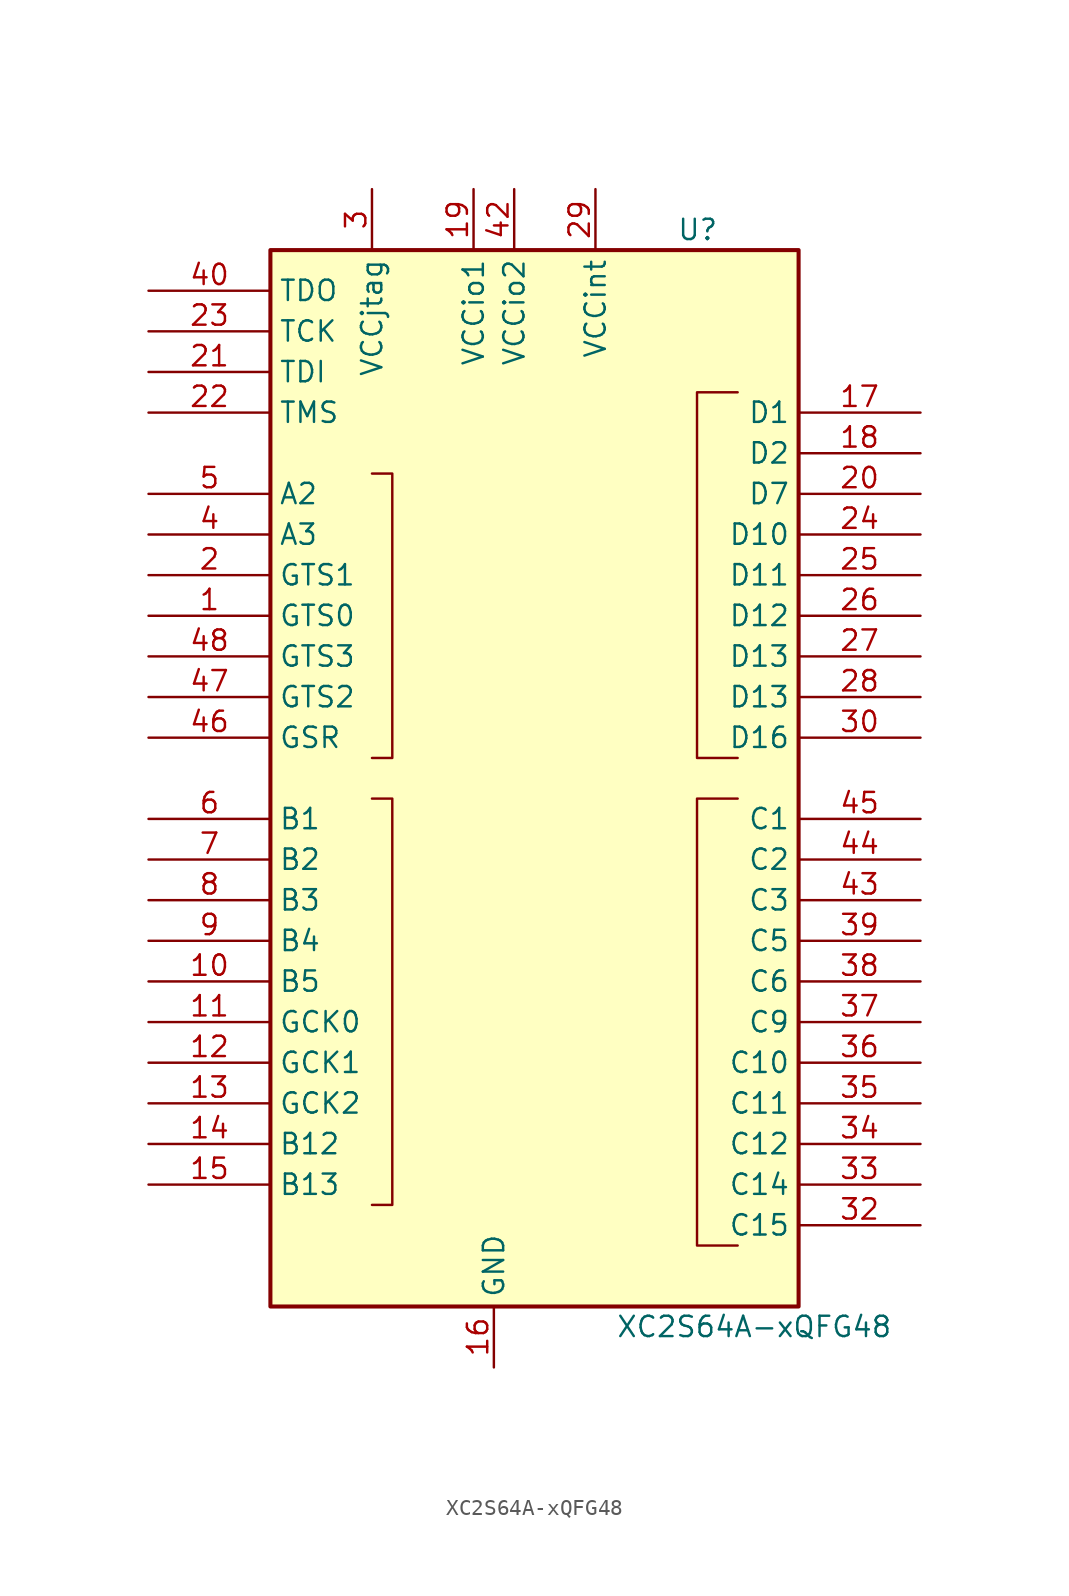
<source format=kicad_sym>
(kicad_symbol_lib
  (version 20231120)
  (generator "kicad_symbol_editor")
  (generator_version "8.0")
  (symbol "XC2S64A-xQFG48"
    (property "Reference" "U"
      (at 8.89 34.29 0)
      (effects (font (size 1.27 1.27)) (justify left)))
    (property "Value" "XC2S64A-xQFG48"
      (at 5.08 -34.29 0)
      (effects (font (size 1.27 1.27)) (justify left)))
    (symbol "XC2S64A-xQFG48_0_1"
      (rectangle (start -16.51 33.02) (end 16.51 -33.02) (stroke (width 0.254) (type default)) (fill (type background)))
      (polyline (pts (xy -10.16 -1.27) (xy -8.89 -1.27) (xy -8.89 -26.67) (xy -10.16 -26.67) (xy -10.16 -26.67)) (stroke (width 0) (type default)) (fill (type none)))
      (polyline (pts (xy 12.7 -1.27) (xy 10.16 -1.27) (xy 10.16 -29.21) (xy 12.7 -29.21) (xy 12.7 -29.21)) (stroke (width 0) (type default)) (fill (type none)))
      (polyline (pts (xy 12.7 1.27) (xy 10.16 1.27) (xy 10.16 24.13) (xy 12.7 24.13) (xy 12.7 24.13)) (stroke (width 0) (type default)) (fill (type none)))
      (polyline (pts (xy -10.16 19.05) (xy -8.89 19.05) (xy -8.89 1.27) (xy -10.16 1.27) (xy -10.16 1.27) (xy -10.16 1.27)) (stroke (width 0) (type default)) (fill (type none))))
    (symbol "XC2S64A-xQFG48_1_1"
      (pin bidirectional line (at -24.13 10.16 0) (length 7.62) (name "GTS0" (effects (font (size 1.27 1.27)))) (number "1" (effects (font (size 1.27 1.27)))))
      (pin bidirectional line (at -24.13 -12.7 0) (length 7.62) (name "B5" (effects (font (size 1.27 1.27)))) (number "10" (effects (font (size 1.27 1.27)))))
      (pin passive line (at -24.13 -15.24 0) (length 7.62) (name "GCK0" (effects (font (size 1.27 1.27)))) (number "11" (effects (font (size 1.27 1.27)))))
      (pin bidirectional line (at -24.13 -17.78 0) (length 7.62) (name "GCK1" (effects (font (size 1.27 1.27)))) (number "12" (effects (font (size 1.27 1.27)))))
      (pin bidirectional line (at -24.13 -20.32 0) (length 7.62) (name "GCK2" (effects (font (size 1.27 1.27)))) (number "13" (effects (font (size 1.27 1.27)))))
      (pin bidirectional line (at -24.13 -22.86 0) (length 7.62) (name "B12" (effects (font (size 1.27 1.27)))) (number "14" (effects (font (size 1.27 1.27)))))
      (pin bidirectional line (at -24.13 -25.4 0) (length 7.62) (name "B13" (effects (font (size 1.27 1.27)))) (number "15" (effects (font (size 1.27 1.27)))))
      (pin power_in line (at -2.54 -36.83 90) (length 3.81) (name "GND" (effects (font (size 1.27 1.27)))) (number "16" (effects (font (size 1.27 1.27)))))
      (pin bidirectional line (at 24.13 22.86 180) (length 7.62) (name "D1" (effects (font (size 1.27 1.27)))) (number "17" (effects (font (size 1.27 1.27)))))
      (pin bidirectional line (at 24.13 20.32 180) (length 7.62) (name "D2" (effects (font (size 1.27 1.27)))) (number "18" (effects (font (size 1.27 1.27)))))
      (pin power_in line (at -3.81 36.83 270) (length 3.81) (name "VCCio1" (effects (font (size 1.27 1.27)))) (number "19" (effects (font (size 1.27 1.27)))))
      (pin bidirectional line (at -24.13 12.7 0) (length 7.62) (name "GTS1" (effects (font (size 1.27 1.27)))) (number "2" (effects (font (size 1.27 1.27)))))
      (pin bidirectional line (at 24.13 17.78 180) (length 7.62) (name "D7" (effects (font (size 1.27 1.27)))) (number "20" (effects (font (size 1.27 1.27)))))
      (pin input line (at -24.13 25.4 0) (length 7.62) (name "TDI" (effects (font (size 1.27 1.27)))) (number "21" (effects (font (size 1.27 1.27)))))
      (pin input line (at -24.13 22.86 0) (length 7.62) (name "TMS" (effects (font (size 1.27 1.27)))) (number "22" (effects (font (size 1.27 1.27)))))
      (pin input line (at -24.13 27.94 0) (length 7.62) (name "TCK" (effects (font (size 1.27 1.27)))) (number "23" (effects (font (size 1.27 1.27)))))
      (pin bidirectional line (at 24.13 15.24 180) (length 7.62) (name "D10" (effects (font (size 1.27 1.27)))) (number "24" (effects (font (size 1.27 1.27)))))
      (pin bidirectional line (at 24.13 12.7 180) (length 7.62) (name "D11" (effects (font (size 1.27 1.27)))) (number "25" (effects (font (size 1.27 1.27)))))
      (pin bidirectional line (at 24.13 10.16 180) (length 7.62) (name "D12" (effects (font (size 1.27 1.27)))) (number "26" (effects (font (size 1.27 1.27)))))
      (pin bidirectional line (at 24.13 7.62 180) (length 7.62) (name "D13" (effects (font (size 1.27 1.27)))) (number "27" (effects (font (size 1.27 1.27)))))
      (pin bidirectional line (at 24.13 5.08 180) (length 7.62) (name "D13" (effects (font (size 1.27 1.27)))) (number "28" (effects (font (size 1.27 1.27)))))
      (pin power_in line (at 3.81 36.83 270) (length 3.81) (name "VCCint" (effects (font (size 1.27 1.27)))) (number "29" (effects (font (size 1.27 1.27)))))
      (pin power_in line (at -10.16 36.83 270) (length 3.81) (name "VCCjtag" (effects (font (size 1.27 1.27)))) (number "3" (effects (font (size 1.27 1.27)))))
      (pin bidirectional line (at 24.13 2.54 180) (length 7.62) (name "D16" (effects (font (size 1.27 1.27)))) (number "30" (effects (font (size 1.27 1.27)))))
      (pin passive line (at -2.54 -36.83 90) (length 3.81) hide (name "GND" (effects (font (size 1.27 1.27)))) (number "31" (effects (font (size 1.27 1.27)))))
      (pin bidirectional line (at 24.13 -27.94 180) (length 7.62) (name "C15" (effects (font (size 1.27 1.27)))) (number "32" (effects (font (size 1.27 1.27)))))
      (pin bidirectional line (at 24.13 -25.4 180) (length 7.62) (name "C14" (effects (font (size 1.27 1.27)))) (number "33" (effects (font (size 1.27 1.27)))))
      (pin bidirectional line (at 24.13 -22.86 180) (length 7.62) (name "C12" (effects (font (size 1.27 1.27)))) (number "34" (effects (font (size 1.27 1.27)))))
      (pin bidirectional line (at 24.13 -20.32 180) (length 7.62) (name "C11" (effects (font (size 1.27 1.27)))) (number "35" (effects (font (size 1.27 1.27)))))
      (pin bidirectional line (at 24.13 -17.78 180) (length 7.62) (name "C10" (effects (font (size 1.27 1.27)))) (number "36" (effects (font (size 1.27 1.27)))))
      (pin bidirectional line (at 24.13 -15.24 180) (length 7.62) (name "C9" (effects (font (size 1.27 1.27)))) (number "37" (effects (font (size 1.27 1.27)))))
      (pin bidirectional line (at 24.13 -12.7 180) (length 7.62) (name "C6" (effects (font (size 1.27 1.27)))) (number "38" (effects (font (size 1.27 1.27)))))
      (pin bidirectional line (at 24.13 -10.16 180) (length 7.62) (name "C5" (effects (font (size 1.27 1.27)))) (number "39" (effects (font (size 1.27 1.27)))))
      (pin bidirectional line (at -24.13 15.24 0) (length 7.62) (name "A3" (effects (font (size 1.27 1.27)))) (number "4" (effects (font (size 1.27 1.27)))))
      (pin output line (at -24.13 30.48 0) (length 7.62) (name "TDO" (effects (font (size 1.27 1.27)))) (number "40" (effects (font (size 1.27 1.27)))))
      (pin passive line (at -2.54 -36.83 90) (length 3.81) hide (name "GND" (effects (font (size 1.27 1.27)))) (number "41" (effects (font (size 1.27 1.27)))))
      (pin power_in line (at -1.27 36.83 270) (length 3.81) (name "VCCio2" (effects (font (size 1.27 1.27)))) (number "42" (effects (font (size 1.27 1.27)))))
      (pin bidirectional line (at 24.13 -7.62 180) (length 7.62) (name "C3" (effects (font (size 1.27 1.27)))) (number "43" (effects (font (size 1.27 1.27)))))
      (pin bidirectional line (at 24.13 -5.08 180) (length 7.62) (name "C2" (effects (font (size 1.27 1.27)))) (number "44" (effects (font (size 1.27 1.27)))))
      (pin bidirectional line (at 24.13 -2.54 180) (length 7.62) (name "C1" (effects (font (size 1.27 1.27)))) (number "45" (effects (font (size 1.27 1.27)))))
      (pin bidirectional line (at -24.13 2.54 0) (length 7.62) (name "GSR" (effects (font (size 1.27 1.27)))) (number "46" (effects (font (size 1.27 1.27)))))
      (pin bidirectional line (at -24.13 5.08 0) (length 7.62) (name "GTS2" (effects (font (size 1.27 1.27)))) (number "47" (effects (font (size 1.27 1.27)))))
      (pin bidirectional line (at -24.13 7.62 0) (length 7.62) (name "GTS3" (effects (font (size 1.27 1.27)))) (number "48" (effects (font (size 1.27 1.27)))))
      (pin bidirectional line (at -24.13 17.78 0) (length 7.62) (name "A2" (effects (font (size 1.27 1.27)))) (number "5" (effects (font (size 1.27 1.27)))))
      (pin bidirectional line (at -24.13 -2.54 0) (length 7.62) (name "B1" (effects (font (size 1.27 1.27)))) (number "6" (effects (font (size 1.27 1.27)))))
      (pin bidirectional line (at -24.13 -5.08 0) (length 7.62) (name "B2" (effects (font (size 1.27 1.27)))) (number "7" (effects (font (size 1.27 1.27)))))
      (pin bidirectional line (at -24.13 -7.62 0) (length 7.62) (name "B3" (effects (font (size 1.27 1.27)))) (number "8" (effects (font (size 1.27 1.27)))))
      (pin passive line (at -24.13 -10.16 0) (length 7.62) (name "B4" (effects (font (size 1.27 1.27)))) (number "9" (effects (font (size 1.27 1.27))))))))
</source>
